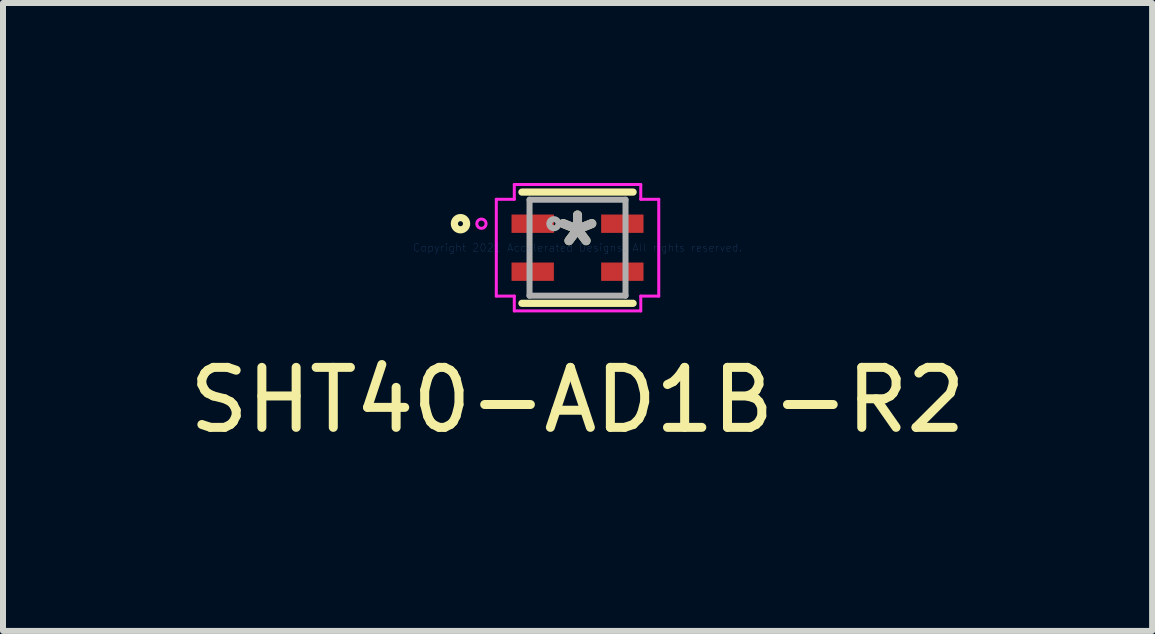
<source format=kicad_pcb>
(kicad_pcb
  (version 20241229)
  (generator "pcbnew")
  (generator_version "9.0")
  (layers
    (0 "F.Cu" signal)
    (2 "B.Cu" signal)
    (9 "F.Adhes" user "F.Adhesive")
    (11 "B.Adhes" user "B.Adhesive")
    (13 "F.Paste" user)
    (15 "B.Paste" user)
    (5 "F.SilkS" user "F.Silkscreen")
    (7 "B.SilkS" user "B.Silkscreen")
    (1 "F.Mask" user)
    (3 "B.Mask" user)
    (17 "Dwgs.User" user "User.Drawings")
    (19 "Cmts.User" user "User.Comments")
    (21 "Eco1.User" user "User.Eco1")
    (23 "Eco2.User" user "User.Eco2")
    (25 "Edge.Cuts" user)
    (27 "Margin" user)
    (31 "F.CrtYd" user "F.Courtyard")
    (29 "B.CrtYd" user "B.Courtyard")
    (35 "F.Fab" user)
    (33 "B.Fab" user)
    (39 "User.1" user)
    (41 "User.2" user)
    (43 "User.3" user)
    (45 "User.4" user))
  (footprint "SHT40-AD1B-R2"
    (layer "F.Cu")
    (at 6.577 1.079)
    (property "Reference" "SHT40-AD1B-R2" (at 0 2.54 0) (layer "F.SilkS") (effects (font (size 1 1) (thickness 0.15))))
    (attr through_hole)
    (fp_line (start -0.927 0.927) (end 0.927 0.927) (stroke (width 0.12) (type solid)) (layer "F.SilkS"))
    (fp_line (start 0.927 -0.927) (end -0.927 -0.927) (stroke (width 0.12) (type solid)) (layer "F.SilkS"))
    (fp_circle (center -1.951 -0.4) (end -1.849 -0.4) (stroke (width 0.12) (type solid)) (fill no) (layer "F.SilkS"))
    (fp_line (start -1.354 -0.807) (end -1.054 -0.807) (stroke (width 0.05) (type solid)) (layer "F.CrtYd"))
    (fp_line (start -1.354 0.807) (end -1.354 -0.807) (stroke (width 0.05) (type solid)) (layer "F.CrtYd"))
    (fp_line (start -1.054 -1.054) (end 1.054 -1.054) (stroke (width 0.05) (type solid)) (layer "F.CrtYd"))
    (fp_line (start -1.054 -0.807) (end -1.054 -1.054) (stroke (width 0.05) (type solid)) (layer "F.CrtYd"))
    (fp_line (start -1.054 0.807) (end -1.354 0.807) (stroke (width 0.05) (type solid)) (layer "F.CrtYd"))
    (fp_line (start -1.054 1.054) (end -1.054 0.807) (stroke (width 0.05) (type solid)) (layer "F.CrtYd"))
    (fp_line (start 1.054 -1.054) (end 1.054 -0.807) (stroke (width 0.05) (type solid)) (layer "F.CrtYd"))
    (fp_line (start 1.054 -0.807) (end 1.354 -0.807) (stroke (width 0.05) (type solid)) (layer "F.CrtYd"))
    (fp_line (start 1.054 0.807) (end 1.054 1.054) (stroke (width 0.05) (type solid)) (layer "F.CrtYd"))
    (fp_line (start 1.054 1.054) (end -1.054 1.054) (stroke (width 0.05) (type solid)) (layer "F.CrtYd"))
    (fp_line (start 1.354 -0.807) (end 1.354 0.807) (stroke (width 0.05) (type solid)) (layer "F.CrtYd"))
    (fp_line (start 1.354 0.807) (end 1.054 0.807) (stroke (width 0.05) (type solid)) (layer "F.CrtYd"))
    (fp_circle (center -1.602 -0.4) (end -1.525 -0.4) (stroke (width 0.05) (type solid)) (fill no) (layer "F.CrtYd"))
    (fp_line (start -0.8 -0.8) (end -0.8 0.8) (stroke (width 0.1) (type solid)) (layer "F.Fab"))
    (fp_line (start -0.8 0.8) (end 0.8 0.8) (stroke (width 0.1) (type solid)) (layer "F.Fab"))
    (fp_line (start 0.8 -0.8) (end -0.8 -0.8) (stroke (width 0.1) (type solid)) (layer "F.Fab"))
    (fp_line (start 0.8 0.8) (end 0.8 -0.8) (stroke (width 0.1) (type solid)) (layer "F.Fab"))
    (fp_circle (center -0.394 -0.4) (end -0.318 -0.4) (stroke (width 0.1) (type solid)) (fill no) (layer "F.Fab"))
    (fp_text user "*" (at 0 0 0) (layer "F.SilkS") (effects (font (size 1 1) (thickness 0.15))))
    (fp_text user "Copyright 2021 Accelerated Designs. All rights reserved." (at 0 0 0) (layer "Cmts.User") (effects (font (size 0.127 0.127) (thickness 0.002))))
    (fp_text user "*" (at 0 0 0) (layer "F.Fab") (effects (font (size 1 1) (thickness 0.15))))
    (pad "1" smd rect (at -0.747 -0.4) (size 0.706 0.306) (layers "F.Cu" "F.Mask" "F.Paste"))
    (pad "2" smd rect (at -0.747 0.4) (size 0.706 0.306) (layers "F.Cu" "F.Mask" "F.Paste"))
    (pad "3" smd rect (at 0.747 0.4) (size 0.706 0.306) (layers "F.Cu" "F.Mask" "F.Paste"))
    (pad "4" smd rect (at 0.747 -0.4) (size 0.706 0.306) (layers "F.Cu" "F.Mask" "F.Paste")))
  (gr_rect
    (start -3 -3)
    (end 16.155 7.467)
    (stroke (width 0.1) (type default))
    (fill no)
    (layer "Edge.Cuts")))
</source>
